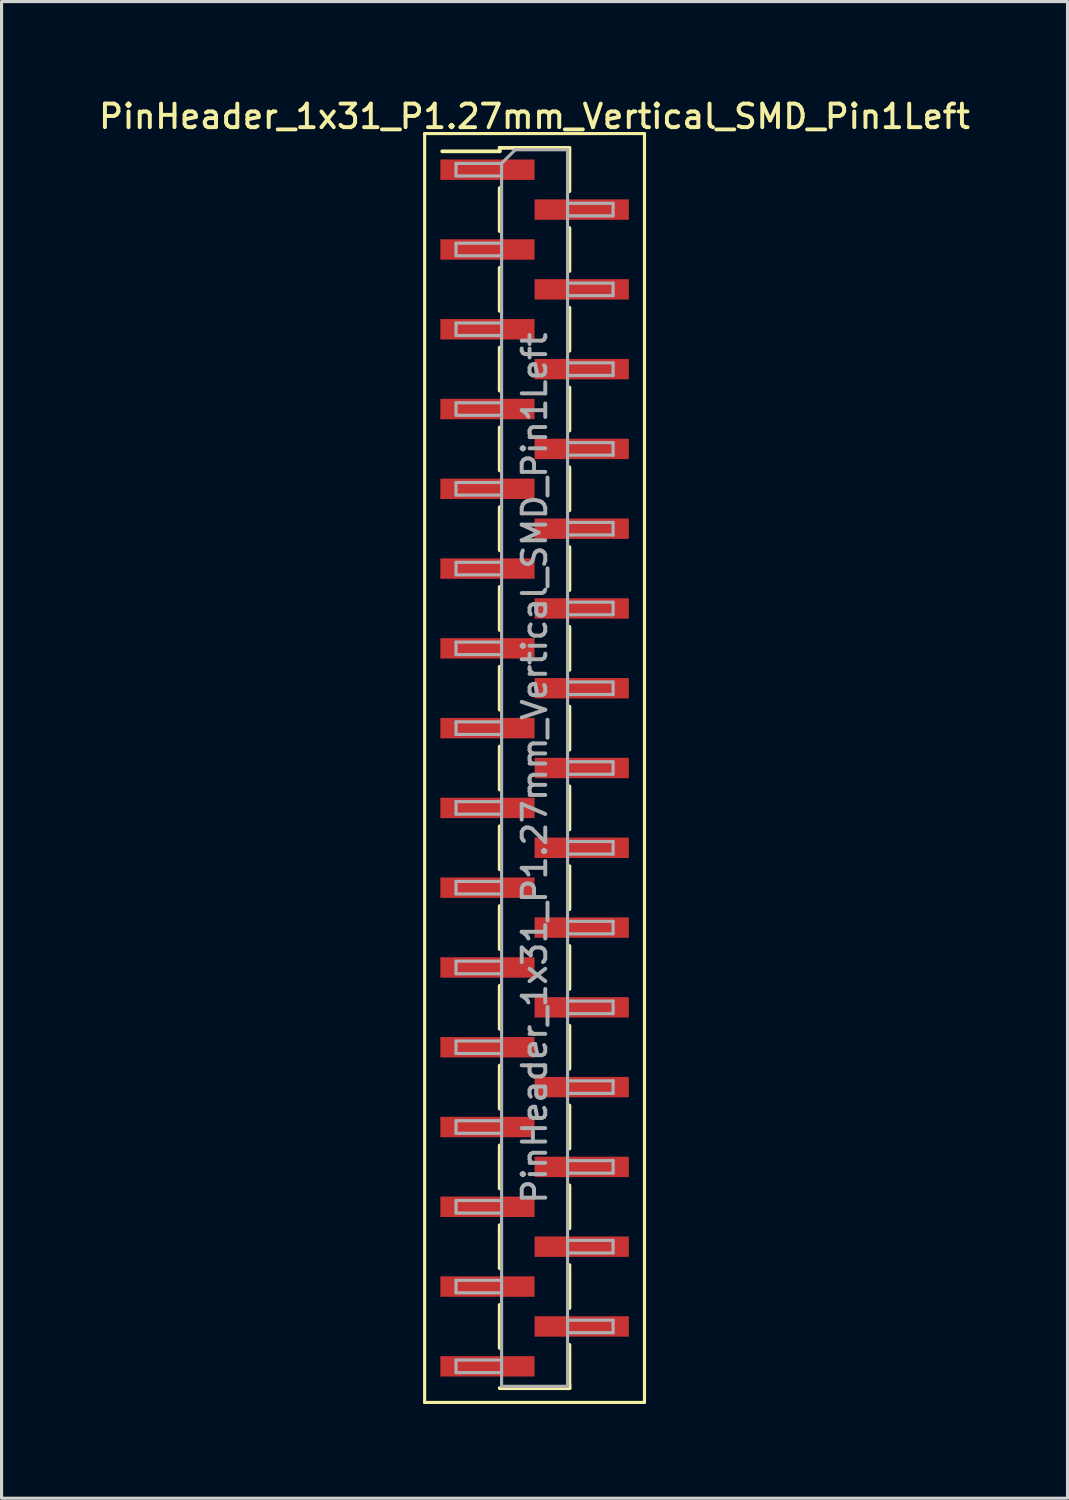
<source format=kicad_pcb>
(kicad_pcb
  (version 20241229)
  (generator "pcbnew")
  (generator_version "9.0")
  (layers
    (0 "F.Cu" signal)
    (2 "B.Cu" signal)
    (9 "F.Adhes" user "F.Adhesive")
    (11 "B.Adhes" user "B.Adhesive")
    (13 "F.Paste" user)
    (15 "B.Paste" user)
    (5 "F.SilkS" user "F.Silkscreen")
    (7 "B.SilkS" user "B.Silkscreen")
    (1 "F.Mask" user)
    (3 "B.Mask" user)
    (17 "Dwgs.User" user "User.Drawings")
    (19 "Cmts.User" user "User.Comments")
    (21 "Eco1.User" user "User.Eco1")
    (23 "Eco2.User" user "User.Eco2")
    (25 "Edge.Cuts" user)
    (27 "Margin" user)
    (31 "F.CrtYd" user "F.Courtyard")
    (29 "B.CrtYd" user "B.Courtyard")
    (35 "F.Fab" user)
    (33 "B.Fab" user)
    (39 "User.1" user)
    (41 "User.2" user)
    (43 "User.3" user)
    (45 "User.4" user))
  (footprint "PinHeader_1x31_P1.27mm_Vertical_SMD_Pin1Left"
    (layer "F.Cu")
    (at 13.97 21.403)
    (property "Reference" "PinHeader_1x31_P1.27mm_Vertical_SMD_Pin1Left" (at 0 -20.745 0) (layer "F.SilkS") (effects (font (size 0.75 0.75) (thickness 0.125))))
    (attr smd)
    (fp_line (start -3.5 -20.2) (end -3.5 20.2) (stroke (width 0.1) (type solid)) (layer "F.SilkS"))
    (fp_line (start -3.5 20.2) (end 3.5 20.2) (stroke (width 0.1) (type solid)) (layer "F.SilkS"))
    (fp_line (start -1.11 -19.745) (end -1.11 -19.635) (stroke (width 0.12) (type solid)) (layer "F.SilkS"))
    (fp_line (start -1.11 -19.745) (end 1.11 -19.745) (stroke (width 0.12) (type solid)) (layer "F.SilkS"))
    (fp_line (start -1.11 -19.635) (end -2.94 -19.635) (stroke (width 0.12) (type solid)) (layer "F.SilkS"))
    (fp_line (start -1.11 -18.465) (end -1.11 -17.095) (stroke (width 0.12) (type solid)) (layer "F.SilkS"))
    (fp_line (start -1.11 -15.925) (end -1.11 -14.555) (stroke (width 0.12) (type solid)) (layer "F.SilkS"))
    (fp_line (start -1.11 -13.385) (end -1.11 -12.015) (stroke (width 0.12) (type solid)) (layer "F.SilkS"))
    (fp_line (start -1.11 -10.845) (end -1.11 -9.475) (stroke (width 0.12) (type solid)) (layer "F.SilkS"))
    (fp_line (start -1.11 -8.305) (end -1.11 -6.935) (stroke (width 0.12) (type solid)) (layer "F.SilkS"))
    (fp_line (start -1.11 -5.765) (end -1.11 -4.395) (stroke (width 0.12) (type solid)) (layer "F.SilkS"))
    (fp_line (start -1.11 -3.225) (end -1.11 -1.855) (stroke (width 0.12) (type solid)) (layer "F.SilkS"))
    (fp_line (start -1.11 -0.685) (end -1.11 0.685) (stroke (width 0.12) (type solid)) (layer "F.SilkS"))
    (fp_line (start -1.11 1.855) (end -1.11 3.225) (stroke (width 0.12) (type solid)) (layer "F.SilkS"))
    (fp_line (start -1.11 4.395) (end -1.11 5.765) (stroke (width 0.12) (type solid)) (layer "F.SilkS"))
    (fp_line (start -1.11 6.935) (end -1.11 8.305) (stroke (width 0.12) (type solid)) (layer "F.SilkS"))
    (fp_line (start -1.11 9.475) (end -1.11 10.845) (stroke (width 0.12) (type solid)) (layer "F.SilkS"))
    (fp_line (start -1.11 12.015) (end -1.11 13.385) (stroke (width 0.12) (type solid)) (layer "F.SilkS"))
    (fp_line (start -1.11 14.555) (end -1.11 15.925) (stroke (width 0.12) (type solid)) (layer "F.SilkS"))
    (fp_line (start -1.11 17.095) (end -1.11 18.465) (stroke (width 0.12) (type solid)) (layer "F.SilkS"))
    (fp_line (start -1.11 19.745) (end 1.11 19.745) (stroke (width 0.12) (type solid)) (layer "F.SilkS"))
    (fp_line (start 1.11 -19.735) (end 1.11 -18.365) (stroke (width 0.12) (type solid)) (layer "F.SilkS"))
    (fp_line (start 1.11 -17.195) (end 1.11 -15.825) (stroke (width 0.12) (type solid)) (layer "F.SilkS"))
    (fp_line (start 1.11 -14.655) (end 1.11 -13.285) (stroke (width 0.12) (type solid)) (layer "F.SilkS"))
    (fp_line (start 1.11 -12.115) (end 1.11 -10.745) (stroke (width 0.12) (type solid)) (layer "F.SilkS"))
    (fp_line (start 1.11 -9.575) (end 1.11 -8.205) (stroke (width 0.12) (type solid)) (layer "F.SilkS"))
    (fp_line (start 1.11 -7.035) (end 1.11 -5.665) (stroke (width 0.12) (type solid)) (layer "F.SilkS"))
    (fp_line (start 1.11 -4.495) (end 1.11 -3.125) (stroke (width 0.12) (type solid)) (layer "F.SilkS"))
    (fp_line (start 1.11 -1.955) (end 1.11 -0.585) (stroke (width 0.12) (type solid)) (layer "F.SilkS"))
    (fp_line (start 1.11 0.585) (end 1.11 1.955) (stroke (width 0.12) (type solid)) (layer "F.SilkS"))
    (fp_line (start 1.11 3.125) (end 1.11 4.495) (stroke (width 0.12) (type solid)) (layer "F.SilkS"))
    (fp_line (start 1.11 5.665) (end 1.11 7.035) (stroke (width 0.12) (type solid)) (layer "F.SilkS"))
    (fp_line (start 1.11 8.205) (end 1.11 9.575) (stroke (width 0.12) (type solid)) (layer "F.SilkS"))
    (fp_line (start 1.11 10.745) (end 1.11 12.115) (stroke (width 0.12) (type solid)) (layer "F.SilkS"))
    (fp_line (start 1.11 13.285) (end 1.11 14.655) (stroke (width 0.12) (type solid)) (layer "F.SilkS"))
    (fp_line (start 1.11 15.825) (end 1.11 17.195) (stroke (width 0.12) (type solid)) (layer "F.SilkS"))
    (fp_line (start 1.11 18.365) (end 1.11 19.735) (stroke (width 0.12) (type solid)) (layer "F.SilkS"))
    (fp_line (start 1.11 19.635) (end 1.11 19.745) (stroke (width 0.12) (type solid)) (layer "F.SilkS"))
    (fp_line (start 3.5 -20.2) (end -3.5 -20.2) (stroke (width 0.1) (type solid)) (layer "F.SilkS"))
    (fp_line (start 3.5 20.2) (end 3.5 -20.2) (stroke (width 0.1) (type solid)) (layer "F.SilkS"))
    (fp_line (start -2.5 -19.25) (end -2.5 -18.85) (stroke (width 0.1) (type solid)) (layer "F.Fab"))
    (fp_line (start -2.5 -18.85) (end -1.05 -18.85) (stroke (width 0.1) (type solid)) (layer "F.Fab"))
    (fp_line (start -2.5 -16.71) (end -2.5 -16.31) (stroke (width 0.1) (type solid)) (layer "F.Fab"))
    (fp_line (start -2.5 -16.31) (end -1.05 -16.31) (stroke (width 0.1) (type solid)) (layer "F.Fab"))
    (fp_line (start -2.5 -14.17) (end -2.5 -13.77) (stroke (width 0.1) (type solid)) (layer "F.Fab"))
    (fp_line (start -2.5 -13.77) (end -1.05 -13.77) (stroke (width 0.1) (type solid)) (layer "F.Fab"))
    (fp_line (start -2.5 -11.63) (end -2.5 -11.23) (stroke (width 0.1) (type solid)) (layer "F.Fab"))
    (fp_line (start -2.5 -11.23) (end -1.05 -11.23) (stroke (width 0.1) (type solid)) (layer "F.Fab"))
    (fp_line (start -2.5 -9.09) (end -2.5 -8.69) (stroke (width 0.1) (type solid)) (layer "F.Fab"))
    (fp_line (start -2.5 -8.69) (end -1.05 -8.69) (stroke (width 0.1) (type solid)) (layer "F.Fab"))
    (fp_line (start -2.5 -6.55) (end -2.5 -6.15) (stroke (width 0.1) (type solid)) (layer "F.Fab"))
    (fp_line (start -2.5 -6.15) (end -1.05 -6.15) (stroke (width 0.1) (type solid)) (layer "F.Fab"))
    (fp_line (start -2.5 -4.01) (end -2.5 -3.61) (stroke (width 0.1) (type solid)) (layer "F.Fab"))
    (fp_line (start -2.5 -3.61) (end -1.05 -3.61) (stroke (width 0.1) (type solid)) (layer "F.Fab"))
    (fp_line (start -2.5 -1.47) (end -2.5 -1.07) (stroke (width 0.1) (type solid)) (layer "F.Fab"))
    (fp_line (start -2.5 -1.07) (end -1.05 -1.07) (stroke (width 0.1) (type solid)) (layer "F.Fab"))
    (fp_line (start -2.5 1.07) (end -2.5 1.47) (stroke (width 0.1) (type solid)) (layer "F.Fab"))
    (fp_line (start -2.5 1.47) (end -1.05 1.47) (stroke (width 0.1) (type solid)) (layer "F.Fab"))
    (fp_line (start -2.5 3.61) (end -2.5 4.01) (stroke (width 0.1) (type solid)) (layer "F.Fab"))
    (fp_line (start -2.5 4.01) (end -1.05 4.01) (stroke (width 0.1) (type solid)) (layer "F.Fab"))
    (fp_line (start -2.5 6.15) (end -2.5 6.55) (stroke (width 0.1) (type solid)) (layer "F.Fab"))
    (fp_line (start -2.5 6.55) (end -1.05 6.55) (stroke (width 0.1) (type solid)) (layer "F.Fab"))
    (fp_line (start -2.5 8.69) (end -2.5 9.09) (stroke (width 0.1) (type solid)) (layer "F.Fab"))
    (fp_line (start -2.5 9.09) (end -1.05 9.09) (stroke (width 0.1) (type solid)) (layer "F.Fab"))
    (fp_line (start -2.5 11.23) (end -2.5 11.63) (stroke (width 0.1) (type solid)) (layer "F.Fab"))
    (fp_line (start -2.5 11.63) (end -1.05 11.63) (stroke (width 0.1) (type solid)) (layer "F.Fab"))
    (fp_line (start -2.5 13.77) (end -2.5 14.17) (stroke (width 0.1) (type solid)) (layer "F.Fab"))
    (fp_line (start -2.5 14.17) (end -1.05 14.17) (stroke (width 0.1) (type solid)) (layer "F.Fab"))
    (fp_line (start -2.5 16.31) (end -2.5 16.71) (stroke (width 0.1) (type solid)) (layer "F.Fab"))
    (fp_line (start -2.5 16.71) (end -1.05 16.71) (stroke (width 0.1) (type solid)) (layer "F.Fab"))
    (fp_line (start -2.5 18.85) (end -2.5 19.25) (stroke (width 0.1) (type solid)) (layer "F.Fab"))
    (fp_line (start -2.5 19.25) (end -1.05 19.25) (stroke (width 0.1) (type solid)) (layer "F.Fab"))
    (fp_line (start -1.05 -19.25) (end -2.5 -19.25) (stroke (width 0.1) (type solid)) (layer "F.Fab"))
    (fp_line (start -1.05 -19.25) (end -0.615 -19.685) (stroke (width 0.1) (type solid)) (layer "F.Fab"))
    (fp_line (start -1.05 -16.71) (end -2.5 -16.71) (stroke (width 0.1) (type solid)) (layer "F.Fab"))
    (fp_line (start -1.05 -14.17) (end -2.5 -14.17) (stroke (width 0.1) (type solid)) (layer "F.Fab"))
    (fp_line (start -1.05 -11.63) (end -2.5 -11.63) (stroke (width 0.1) (type solid)) (layer "F.Fab"))
    (fp_line (start -1.05 -9.09) (end -2.5 -9.09) (stroke (width 0.1) (type solid)) (layer "F.Fab"))
    (fp_line (start -1.05 -6.55) (end -2.5 -6.55) (stroke (width 0.1) (type solid)) (layer "F.Fab"))
    (fp_line (start -1.05 -4.01) (end -2.5 -4.01) (stroke (width 0.1) (type solid)) (layer "F.Fab"))
    (fp_line (start -1.05 -1.47) (end -2.5 -1.47) (stroke (width 0.1) (type solid)) (layer "F.Fab"))
    (fp_line (start -1.05 1.07) (end -2.5 1.07) (stroke (width 0.1) (type solid)) (layer "F.Fab"))
    (fp_line (start -1.05 3.61) (end -2.5 3.61) (stroke (width 0.1) (type solid)) (layer "F.Fab"))
    (fp_line (start -1.05 6.15) (end -2.5 6.15) (stroke (width 0.1) (type solid)) (layer "F.Fab"))
    (fp_line (start -1.05 8.69) (end -2.5 8.69) (stroke (width 0.1) (type solid)) (layer "F.Fab"))
    (fp_line (start -1.05 11.23) (end -2.5 11.23) (stroke (width 0.1) (type solid)) (layer "F.Fab"))
    (fp_line (start -1.05 13.77) (end -2.5 13.77) (stroke (width 0.1) (type solid)) (layer "F.Fab"))
    (fp_line (start -1.05 16.31) (end -2.5 16.31) (stroke (width 0.1) (type solid)) (layer "F.Fab"))
    (fp_line (start -1.05 18.85) (end -2.5 18.85) (stroke (width 0.1) (type solid)) (layer "F.Fab"))
    (fp_line (start -1.05 19.685) (end -1.05 -19.25) (stroke (width 0.1) (type solid)) (layer "F.Fab"))
    (fp_line (start -0.615 -19.685) (end 1.05 -19.685) (stroke (width 0.1) (type solid)) (layer "F.Fab"))
    (fp_line (start 1.05 -19.685) (end 1.05 19.685) (stroke (width 0.1) (type solid)) (layer "F.Fab"))
    (fp_line (start 1.05 -17.98) (end 2.5 -17.98) (stroke (width 0.1) (type solid)) (layer "F.Fab"))
    (fp_line (start 1.05 -15.44) (end 2.5 -15.44) (stroke (width 0.1) (type solid)) (layer "F.Fab"))
    (fp_line (start 1.05 -12.9) (end 2.5 -12.9) (stroke (width 0.1) (type solid)) (layer "F.Fab"))
    (fp_line (start 1.05 -10.36) (end 2.5 -10.36) (stroke (width 0.1) (type solid)) (layer "F.Fab"))
    (fp_line (start 1.05 -7.82) (end 2.5 -7.82) (stroke (width 0.1) (type solid)) (layer "F.Fab"))
    (fp_line (start 1.05 -5.28) (end 2.5 -5.28) (stroke (width 0.1) (type solid)) (layer "F.Fab"))
    (fp_line (start 1.05 -2.74) (end 2.5 -2.74) (stroke (width 0.1) (type solid)) (layer "F.Fab"))
    (fp_line (start 1.05 -0.2) (end 2.5 -0.2) (stroke (width 0.1) (type solid)) (layer "F.Fab"))
    (fp_line (start 1.05 2.34) (end 2.5 2.34) (stroke (width 0.1) (type solid)) (layer "F.Fab"))
    (fp_line (start 1.05 4.88) (end 2.5 4.88) (stroke (width 0.1) (type solid)) (layer "F.Fab"))
    (fp_line (start 1.05 7.42) (end 2.5 7.42) (stroke (width 0.1) (type solid)) (layer "F.Fab"))
    (fp_line (start 1.05 9.96) (end 2.5 9.96) (stroke (width 0.1) (type solid)) (layer "F.Fab"))
    (fp_line (start 1.05 12.5) (end 2.5 12.5) (stroke (width 0.1) (type solid)) (layer "F.Fab"))
    (fp_line (start 1.05 15.04) (end 2.5 15.04) (stroke (width 0.1) (type solid)) (layer "F.Fab"))
    (fp_line (start 1.05 17.58) (end 2.5 17.58) (stroke (width 0.1) (type solid)) (layer "F.Fab"))
    (fp_line (start 1.05 19.685) (end -1.05 19.685) (stroke (width 0.1) (type solid)) (layer "F.Fab"))
    (fp_line (start 2.5 -17.98) (end 2.5 -17.58) (stroke (width 0.1) (type solid)) (layer "F.Fab"))
    (fp_line (start 2.5 -17.58) (end 1.05 -17.58) (stroke (width 0.1) (type solid)) (layer "F.Fab"))
    (fp_line (start 2.5 -15.44) (end 2.5 -15.04) (stroke (width 0.1) (type solid)) (layer "F.Fab"))
    (fp_line (start 2.5 -15.04) (end 1.05 -15.04) (stroke (width 0.1) (type solid)) (layer "F.Fab"))
    (fp_line (start 2.5 -12.9) (end 2.5 -12.5) (stroke (width 0.1) (type solid)) (layer "F.Fab"))
    (fp_line (start 2.5 -12.5) (end 1.05 -12.5) (stroke (width 0.1) (type solid)) (layer "F.Fab"))
    (fp_line (start 2.5 -10.36) (end 2.5 -9.96) (stroke (width 0.1) (type solid)) (layer "F.Fab"))
    (fp_line (start 2.5 -9.96) (end 1.05 -9.96) (stroke (width 0.1) (type solid)) (layer "F.Fab"))
    (fp_line (start 2.5 -7.82) (end 2.5 -7.42) (stroke (width 0.1) (type solid)) (layer "F.Fab"))
    (fp_line (start 2.5 -7.42) (end 1.05 -7.42) (stroke (width 0.1) (type solid)) (layer "F.Fab"))
    (fp_line (start 2.5 -5.28) (end 2.5 -4.88) (stroke (width 0.1) (type solid)) (layer "F.Fab"))
    (fp_line (start 2.5 -4.88) (end 1.05 -4.88) (stroke (width 0.1) (type solid)) (layer "F.Fab"))
    (fp_line (start 2.5 -2.74) (end 2.5 -2.34) (stroke (width 0.1) (type solid)) (layer "F.Fab"))
    (fp_line (start 2.5 -2.34) (end 1.05 -2.34) (stroke (width 0.1) (type solid)) (layer "F.Fab"))
    (fp_line (start 2.5 -0.2) (end 2.5 0.2) (stroke (width 0.1) (type solid)) (layer "F.Fab"))
    (fp_line (start 2.5 0.2) (end 1.05 0.2) (stroke (width 0.1) (type solid)) (layer "F.Fab"))
    (fp_line (start 2.5 2.34) (end 2.5 2.74) (stroke (width 0.1) (type solid)) (layer "F.Fab"))
    (fp_line (start 2.5 2.74) (end 1.05 2.74) (stroke (width 0.1) (type solid)) (layer "F.Fab"))
    (fp_line (start 2.5 4.88) (end 2.5 5.28) (stroke (width 0.1) (type solid)) (layer "F.Fab"))
    (fp_line (start 2.5 5.28) (end 1.05 5.28) (stroke (width 0.1) (type solid)) (layer "F.Fab"))
    (fp_line (start 2.5 7.42) (end 2.5 7.82) (stroke (width 0.1) (type solid)) (layer "F.Fab"))
    (fp_line (start 2.5 7.82) (end 1.05 7.82) (stroke (width 0.1) (type solid)) (layer "F.Fab"))
    (fp_line (start 2.5 9.96) (end 2.5 10.36) (stroke (width 0.1) (type solid)) (layer "F.Fab"))
    (fp_line (start 2.5 10.36) (end 1.05 10.36) (stroke (width 0.1) (type solid)) (layer "F.Fab"))
    (fp_line (start 2.5 12.5) (end 2.5 12.9) (stroke (width 0.1) (type solid)) (layer "F.Fab"))
    (fp_line (start 2.5 12.9) (end 1.05 12.9) (stroke (width 0.1) (type solid)) (layer "F.Fab"))
    (fp_line (start 2.5 15.04) (end 2.5 15.44) (stroke (width 0.1) (type solid)) (layer "F.Fab"))
    (fp_line (start 2.5 15.44) (end 1.05 15.44) (stroke (width 0.1) (type solid)) (layer "F.Fab"))
    (fp_line (start 2.5 17.58) (end 2.5 17.98) (stroke (width 0.1) (type solid)) (layer "F.Fab"))
    (fp_line (start 2.5 17.98) (end 1.05 17.98) (stroke (width 0.1) (type solid)) (layer "F.Fab"))
    (fp_text user "${REFERENCE}" (at 0 0 90) (layer "F.Fab") (effects (font (size 0.75 0.75) (thickness 0.125))))
    (pad "1" smd rect (at -1.5 -19.05) (size 3 0.65) (layers "F.Cu" "F.Mask" "F.Paste"))
    (pad "2" smd rect (at 1.5 -17.78) (size 3 0.65) (layers "F.Cu" "F.Mask" "F.Paste"))
    (pad "3" smd rect (at -1.5 -16.51) (size 3 0.65) (layers "F.Cu" "F.Mask" "F.Paste"))
    (pad "4" smd rect (at 1.5 -15.24) (size 3 0.65) (layers "F.Cu" "F.Mask" "F.Paste"))
    (pad "5" smd rect (at -1.5 -13.97) (size 3 0.65) (layers "F.Cu" "F.Mask" "F.Paste"))
    (pad "6" smd rect (at 1.5 -12.7) (size 3 0.65) (layers "F.Cu" "F.Mask" "F.Paste"))
    (pad "7" smd rect (at -1.5 -11.43) (size 3 0.65) (layers "F.Cu" "F.Mask" "F.Paste"))
    (pad "8" smd rect (at 1.5 -10.16) (size 3 0.65) (layers "F.Cu" "F.Mask" "F.Paste"))
    (pad "9" smd rect (at -1.5 -8.89) (size 3 0.65) (layers "F.Cu" "F.Mask" "F.Paste"))
    (pad "10" smd rect (at 1.5 -7.62) (size 3 0.65) (layers "F.Cu" "F.Mask" "F.Paste"))
    (pad "11" smd rect (at -1.5 -6.35) (size 3 0.65) (layers "F.Cu" "F.Mask" "F.Paste"))
    (pad "12" smd rect (at 1.5 -5.08) (size 3 0.65) (layers "F.Cu" "F.Mask" "F.Paste"))
    (pad "13" smd rect (at -1.5 -3.81) (size 3 0.65) (layers "F.Cu" "F.Mask" "F.Paste"))
    (pad "14" smd rect (at 1.5 -2.54) (size 3 0.65) (layers "F.Cu" "F.Mask" "F.Paste"))
    (pad "15" smd rect (at -1.5 -1.27) (size 3 0.65) (layers "F.Cu" "F.Mask" "F.Paste"))
    (pad "16" smd rect (at 1.5 0) (size 3 0.65) (layers "F.Cu" "F.Mask" "F.Paste"))
    (pad "17" smd rect (at -1.5 1.27) (size 3 0.65) (layers "F.Cu" "F.Mask" "F.Paste"))
    (pad "18" smd rect (at 1.5 2.54) (size 3 0.65) (layers "F.Cu" "F.Mask" "F.Paste"))
    (pad "19" smd rect (at -1.5 3.81) (size 3 0.65) (layers "F.Cu" "F.Mask" "F.Paste"))
    (pad "20" smd rect (at 1.5 5.08) (size 3 0.65) (layers "F.Cu" "F.Mask" "F.Paste"))
    (pad "21" smd rect (at -1.5 6.35) (size 3 0.65) (layers "F.Cu" "F.Mask" "F.Paste"))
    (pad "22" smd rect (at 1.5 7.62) (size 3 0.65) (layers "F.Cu" "F.Mask" "F.Paste"))
    (pad "23" smd rect (at -1.5 8.89) (size 3 0.65) (layers "F.Cu" "F.Mask" "F.Paste"))
    (pad "24" smd rect (at 1.5 10.16) (size 3 0.65) (layers "F.Cu" "F.Mask" "F.Paste"))
    (pad "25" smd rect (at -1.5 11.43) (size 3 0.65) (layers "F.Cu" "F.Mask" "F.Paste"))
    (pad "26" smd rect (at 1.5 12.7) (size 3 0.65) (layers "F.Cu" "F.Mask" "F.Paste"))
    (pad "27" smd rect (at -1.5 13.97) (size 3 0.65) (layers "F.Cu" "F.Mask" "F.Paste"))
    (pad "28" smd rect (at 1.5 15.24) (size 3 0.65) (layers "F.Cu" "F.Mask" "F.Paste"))
    (pad "29" smd rect (at -1.5 16.51) (size 3 0.65) (layers "F.Cu" "F.Mask" "F.Paste"))
    (pad "30" smd rect (at 1.5 17.78) (size 3 0.65) (layers "F.Cu" "F.Mask" "F.Paste"))
    (pad "31" smd rect (at -1.5 19.05) (size 3 0.65) (layers "F.Cu" "F.Mask" "F.Paste")))
  (gr_rect
    (start -3 -3)
    (end 30.939 44.653)
    (stroke (width 0.1) (type default))
    (fill no)
    (layer "Edge.Cuts")))
</source>
